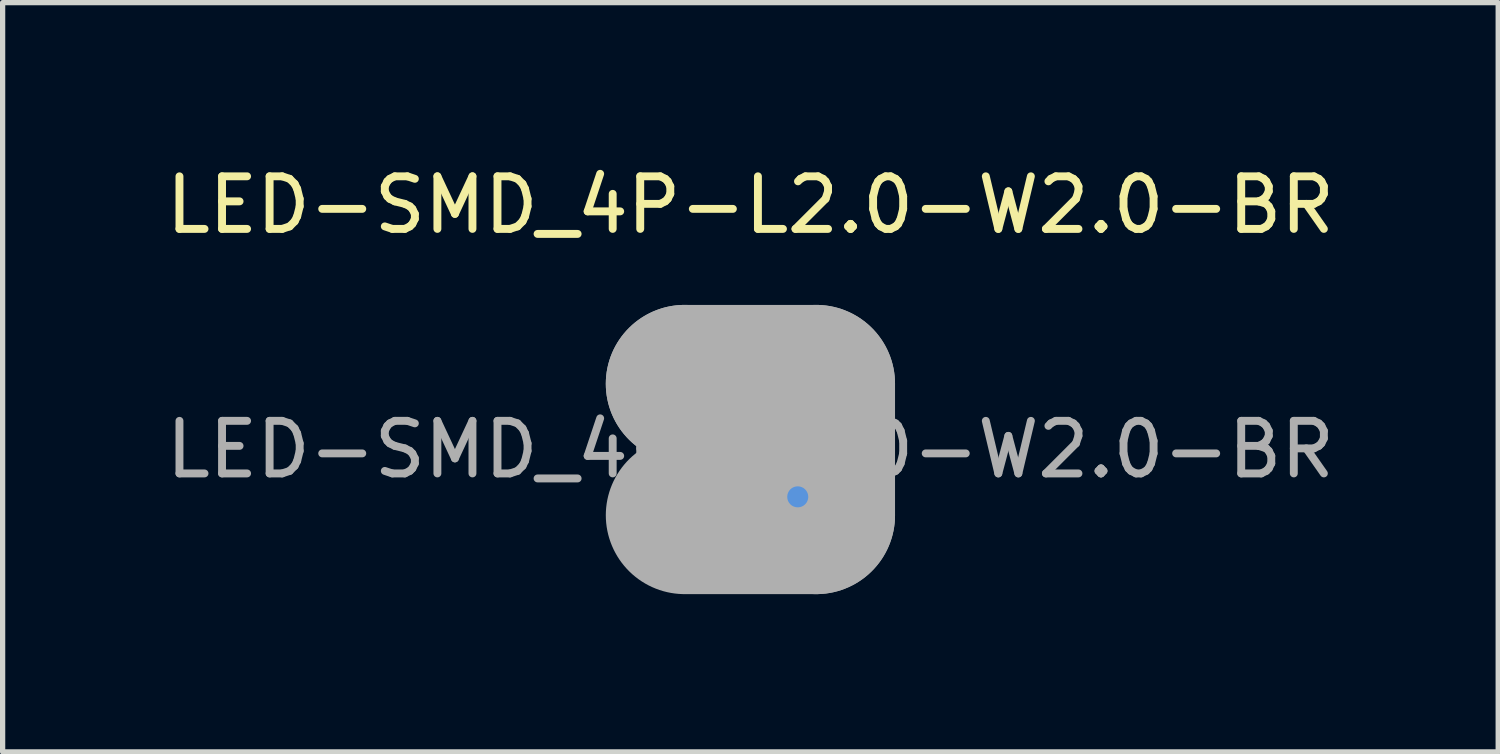
<source format=kicad_pcb>
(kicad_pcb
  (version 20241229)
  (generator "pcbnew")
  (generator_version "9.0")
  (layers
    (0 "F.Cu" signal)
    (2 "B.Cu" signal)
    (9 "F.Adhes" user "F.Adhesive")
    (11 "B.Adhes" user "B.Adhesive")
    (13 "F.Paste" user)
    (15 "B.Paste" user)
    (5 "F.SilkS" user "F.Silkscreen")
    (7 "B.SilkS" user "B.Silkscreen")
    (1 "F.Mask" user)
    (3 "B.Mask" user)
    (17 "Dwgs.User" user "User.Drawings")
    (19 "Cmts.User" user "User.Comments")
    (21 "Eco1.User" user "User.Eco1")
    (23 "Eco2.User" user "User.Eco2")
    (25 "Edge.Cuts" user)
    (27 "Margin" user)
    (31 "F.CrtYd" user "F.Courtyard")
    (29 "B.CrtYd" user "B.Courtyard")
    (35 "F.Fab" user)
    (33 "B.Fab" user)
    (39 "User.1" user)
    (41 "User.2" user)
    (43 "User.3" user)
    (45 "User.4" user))
  (footprint "LED-SMD_4P-L2.0-W2.0-BR"
    (layer "F.Cu")
    (at 11.22 5.498)
    (property "Reference" "LED-SMD_4P-L2.0-W2.0-BR" (at 0 -4.65 0) (layer "F.SilkS") (effects (font (size 1 1) (thickness 0.15))))
    (attr smd)
    (fp_line (start 0.7 1.5) (end 1.5 1.5) (stroke (width 0.15) (type solid)) (layer "F.SilkS"))
    (fp_line (start 1.5 1.5) (end 1.5 0.75) (stroke (width 0.15) (type solid)) (layer "F.SilkS"))
    (fp_circle (center 0.9 0.9) (end 1 0.9) (stroke (width 0.2) (type solid)) (fill no) (layer "Cmts.User"))
    (fp_line (start -1.25 -1.25) (end -1.25 -1.25) (stroke (width 3) (type solid)) (layer "F.Fab"))
    (fp_line (start -1.25 -1.25) (end 1.25 -1.25) (stroke (width 3) (type solid)) (layer "F.Fab"))
    (fp_line (start 1.25 -1.25) (end 1.25 1.25) (stroke (width 3) (type solid)) (layer "F.Fab"))
    (fp_line (start 1.25 1.25) (end -1.25 1.25) (stroke (width 3) (type solid)) (layer "F.Fab"))
    (fp_circle (center 1 1) (end 1.03 1) (stroke (width 0.06) (type solid)) (fill no) (layer "F.Fab"))
    (fp_text user "${REFERENCE}" (at 0 0 0) (layer "F.Fab") (effects (font (size 1 1) (thickness 0.15))))
    (pad "1" smd rect (at 0.65 0.65) (size 0.8 0.8) (layers "F.Cu" "F.Mask" "F.Paste"))
    (pad "2" smd rect (at 0.65 -0.65) (size 0.8 0.8) (layers "F.Cu" "F.Mask" "F.Paste"))
    (pad "3" smd rect (at -0.65 -0.65) (size 0.8 0.8) (layers "F.Cu" "F.Mask" "F.Paste"))
    (pad "4" smd rect (at -0.65 0.65) (size 0.8 0.8) (layers "F.Cu" "F.Mask" "F.Paste")))
  (gr_rect
    (start -3 -3)
    (end 25.44 11.248)
    (stroke (width 0.1) (type default))
    (fill no)
    (layer "Edge.Cuts")))
</source>
